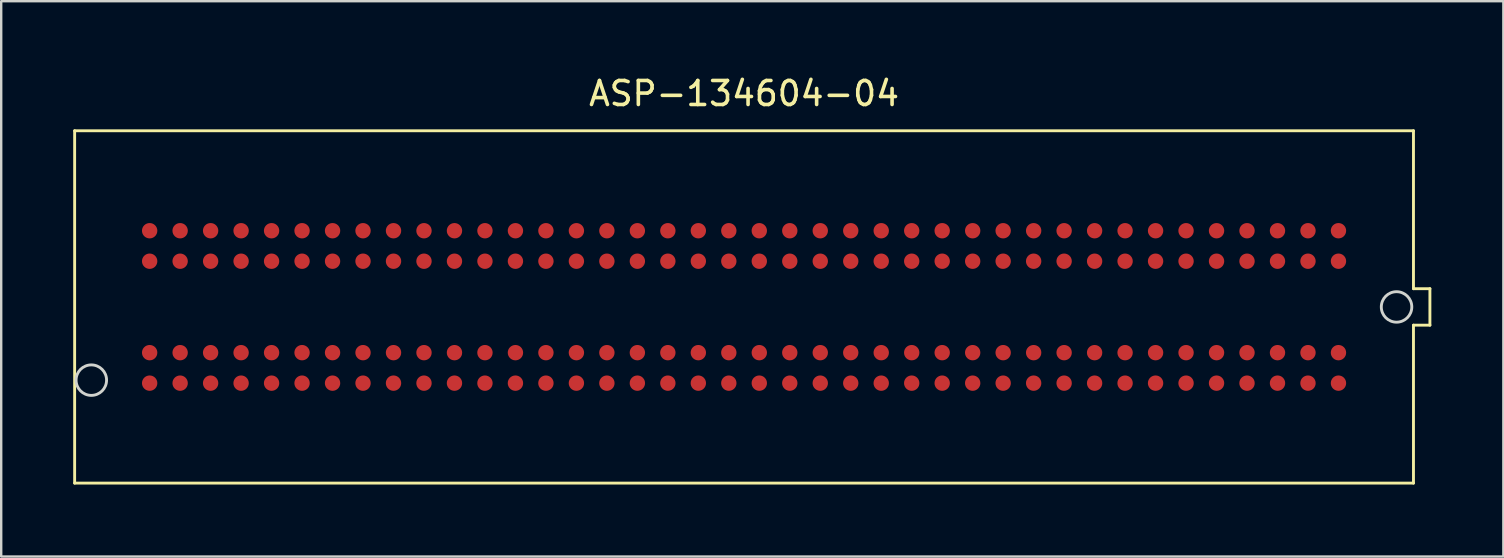
<source format=kicad_pcb>
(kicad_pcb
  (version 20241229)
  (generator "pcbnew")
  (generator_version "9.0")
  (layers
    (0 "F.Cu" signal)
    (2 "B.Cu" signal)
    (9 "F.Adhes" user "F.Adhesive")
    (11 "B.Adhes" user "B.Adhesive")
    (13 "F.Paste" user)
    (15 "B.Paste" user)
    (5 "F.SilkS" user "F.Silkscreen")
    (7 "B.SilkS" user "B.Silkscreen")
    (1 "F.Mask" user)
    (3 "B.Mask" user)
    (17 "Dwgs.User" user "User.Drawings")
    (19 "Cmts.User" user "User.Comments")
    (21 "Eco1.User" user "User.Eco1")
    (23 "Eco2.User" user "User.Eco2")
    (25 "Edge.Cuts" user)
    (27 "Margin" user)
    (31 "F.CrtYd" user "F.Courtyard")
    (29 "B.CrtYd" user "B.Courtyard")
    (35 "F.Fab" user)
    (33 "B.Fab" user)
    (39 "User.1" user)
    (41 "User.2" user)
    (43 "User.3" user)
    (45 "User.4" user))
  (footprint "ASP-134604-04"
    (layer "F.Cu")
    (at 27.95 9.738)
    (property "Reference" "ASP-134604-04" (at 0 -8.89 0) (layer "F.SilkS") (effects (font (size 1 1) (thickness 0.15))))
    (attr through_hole)
    (fp_line (start -27.89 -7.34) (end -27.89 7.34) (stroke (width 0.12) (type solid)) (layer "F.SilkS"))
    (fp_line (start -27.89 7.34) (end 27.89 7.34) (stroke (width 0.12) (type solid)) (layer "F.SilkS"))
    (fp_line (start 27.89 -7.34) (end -27.89 -7.34) (stroke (width 0.12) (type solid)) (layer "F.SilkS"))
    (fp_line (start 27.89 -0.76) (end 27.89 -7.34) (stroke (width 0.12) (type solid)) (layer "F.SilkS"))
    (fp_line (start 27.89 0.76) (end 28.575 0.76) (stroke (width 0.12) (type solid)) (layer "F.SilkS"))
    (fp_line (start 27.89 7.34) (end 27.89 0.76) (stroke (width 0.12) (type solid)) (layer "F.SilkS"))
    (fp_line (start 28.575 -0.76) (end 27.89 -0.76) (stroke (width 0.12) (type solid)) (layer "F.SilkS"))
    (fp_line (start 28.575 0.76) (end 28.575 -0.76) (stroke (width 0.12) (type solid)) (layer "F.SilkS"))
    (fp_circle (center -27.195 3.05) (end -26.56 3.05) (stroke (width 0.12) (type solid)) (fill no) (layer "Edge.Cuts"))
    (fp_circle (center 27.185 0) (end 27.82 0) (stroke (width 0.12) (type solid)) (fill no) (layer "Edge.Cuts"))
    (pad "C1" smd circle (at 24.765 -3.175) (size 0.64 0.64) (layers "F.Cu" "F.Mask" "F.Paste"))
    (pad "C2" smd circle (at 23.495 -3.175) (size 0.64 0.64) (layers "F.Cu" "F.Mask" "F.Paste"))
    (pad "C3" smd circle (at 22.225 -3.175) (size 0.64 0.64) (layers "F.Cu" "F.Mask" "F.Paste"))
    (pad "C4" smd circle (at 20.955 -3.175) (size 0.64 0.64) (layers "F.Cu" "F.Mask" "F.Paste"))
    (pad "C5" smd circle (at 19.685 -3.175) (size 0.64 0.64) (layers "F.Cu" "F.Mask" "F.Paste"))
    (pad "C6" smd circle (at 18.415 -3.175) (size 0.64 0.64) (layers "F.Cu" "F.Mask" "F.Paste"))
    (pad "C7" smd circle (at 17.145 -3.175) (size 0.64 0.64) (layers "F.Cu" "F.Mask" "F.Paste"))
    (pad "C8" smd circle (at 15.875 -3.175) (size 0.64 0.64) (layers "F.Cu" "F.Mask" "F.Paste"))
    (pad "C9" smd circle (at 14.605 -3.175) (size 0.64 0.64) (layers "F.Cu" "F.Mask" "F.Paste"))
    (pad "C10" smd circle (at 13.335 -3.175) (size 0.64 0.64) (layers "F.Cu" "F.Mask" "F.Paste"))
    (pad "C11" smd circle (at 12.065 -3.175) (size 0.64 0.64) (layers "F.Cu" "F.Mask" "F.Paste"))
    (pad "C12" smd circle (at 10.795 -3.175) (size 0.64 0.64) (layers "F.Cu" "F.Mask" "F.Paste"))
    (pad "C13" smd circle (at 9.525 -3.175) (size 0.64 0.64) (layers "F.Cu" "F.Mask" "F.Paste"))
    (pad "C14" smd circle (at 8.255 -3.175) (size 0.64 0.64) (layers "F.Cu" "F.Mask" "F.Paste"))
    (pad "C15" smd circle (at 6.985 -3.175) (size 0.64 0.64) (layers "F.Cu" "F.Mask" "F.Paste"))
    (pad "C16" smd circle (at 5.715 -3.175) (size 0.64 0.64) (layers "F.Cu" "F.Mask" "F.Paste"))
    (pad "C17" smd circle (at 4.445 -3.175) (size 0.64 0.64) (layers "F.Cu" "F.Mask" "F.Paste"))
    (pad "C18" smd circle (at 3.175 -3.175) (size 0.64 0.64) (layers "F.Cu" "F.Mask" "F.Paste"))
    (pad "C19" smd circle (at 1.905 -3.175) (size 0.64 0.64) (layers "F.Cu" "F.Mask" "F.Paste"))
    (pad "C20" smd circle (at 0.635 -3.175) (size 0.64 0.64) (layers "F.Cu" "F.Mask" "F.Paste"))
    (pad "C21" smd circle (at -0.635 -3.175) (size 0.64 0.64) (layers "F.Cu" "F.Mask" "F.Paste"))
    (pad "C22" smd circle (at -1.905 -3.175) (size 0.64 0.64) (layers "F.Cu" "F.Mask" "F.Paste"))
    (pad "C23" smd circle (at -3.175 -3.175) (size 0.64 0.64) (layers "F.Cu" "F.Mask" "F.Paste"))
    (pad "C24" smd circle (at -4.445 -3.175) (size 0.64 0.64) (layers "F.Cu" "F.Mask" "F.Paste"))
    (pad "C25" smd circle (at -5.715 -3.175) (size 0.64 0.64) (layers "F.Cu" "F.Mask" "F.Paste"))
    (pad "C26" smd circle (at -6.985 -3.175) (size 0.64 0.64) (layers "F.Cu" "F.Mask" "F.Paste"))
    (pad "C27" smd circle (at -8.255 -3.175) (size 0.64 0.64) (layers "F.Cu" "F.Mask" "F.Paste"))
    (pad "C28" smd circle (at -9.525 -3.175) (size 0.64 0.64) (layers "F.Cu" "F.Mask" "F.Paste"))
    (pad "C29" smd circle (at -10.795 -3.175) (size 0.64 0.64) (layers "F.Cu" "F.Mask" "F.Paste"))
    (pad "C30" smd circle (at -12.065 -3.175) (size 0.64 0.64) (layers "F.Cu" "F.Mask" "F.Paste"))
    (pad "C31" smd circle (at -13.335 -3.175) (size 0.64 0.64) (layers "F.Cu" "F.Mask" "F.Paste"))
    (pad "C32" smd circle (at -14.605 -3.175) (size 0.64 0.64) (layers "F.Cu" "F.Mask" "F.Paste"))
    (pad "C33" smd circle (at -15.875 -3.175) (size 0.64 0.64) (layers "F.Cu" "F.Mask" "F.Paste"))
    (pad "C34" smd circle (at -17.145 -3.175) (size 0.64 0.64) (layers "F.Cu" "F.Mask" "F.Paste"))
    (pad "C35" smd circle (at -18.415 -3.175) (size 0.64 0.64) (layers "F.Cu" "F.Mask" "F.Paste"))
    (pad "C36" smd circle (at -19.685 -3.175) (size 0.64 0.64) (layers "F.Cu" "F.Mask" "F.Paste"))
    (pad "C37" smd circle (at -20.955 -3.175) (size 0.64 0.64) (layers "F.Cu" "F.Mask" "F.Paste"))
    (pad "C38" smd circle (at -22.225 -3.175) (size 0.64 0.64) (layers "F.Cu" "F.Mask" "F.Paste"))
    (pad "C39" smd circle (at -23.495 -3.175) (size 0.64 0.64) (layers "F.Cu" "F.Mask" "F.Paste"))
    (pad "C40" smd circle (at -24.765 -3.175) (size 0.64 0.64) (layers "F.Cu" "F.Mask" "F.Paste"))
    (pad "D1" smd circle (at 24.765 -1.905) (size 0.64 0.64) (layers "F.Cu" "F.Mask" "F.Paste"))
    (pad "D2" smd circle (at 23.495 -1.905) (size 0.64 0.64) (layers "F.Cu" "F.Mask" "F.Paste"))
    (pad "D3" smd circle (at 22.225 -1.905) (size 0.64 0.64) (layers "F.Cu" "F.Mask" "F.Paste"))
    (pad "D4" smd circle (at 20.955 -1.905) (size 0.64 0.64) (layers "F.Cu" "F.Mask" "F.Paste"))
    (pad "D5" smd circle (at 19.685 -1.905) (size 0.64 0.64) (layers "F.Cu" "F.Mask" "F.Paste"))
    (pad "D6" smd circle (at 18.415 -1.905) (size 0.64 0.64) (layers "F.Cu" "F.Mask" "F.Paste"))
    (pad "D7" smd circle (at 17.145 -1.905) (size 0.64 0.64) (layers "F.Cu" "F.Mask" "F.Paste"))
    (pad "D8" smd circle (at 15.875 -1.905) (size 0.64 0.64) (layers "F.Cu" "F.Mask" "F.Paste"))
    (pad "D9" smd circle (at 14.605 -1.905) (size 0.64 0.64) (layers "F.Cu" "F.Mask" "F.Paste"))
    (pad "D10" smd circle (at 13.335 -1.905) (size 0.64 0.64) (layers "F.Cu" "F.Mask" "F.Paste"))
    (pad "D11" smd circle (at 12.065 -1.905) (size 0.64 0.64) (layers "F.Cu" "F.Mask" "F.Paste"))
    (pad "D12" smd circle (at 10.795 -1.905) (size 0.64 0.64) (layers "F.Cu" "F.Mask" "F.Paste"))
    (pad "D13" smd circle (at 9.525 -1.905) (size 0.64 0.64) (layers "F.Cu" "F.Mask" "F.Paste"))
    (pad "D14" smd circle (at 8.255 -1.905) (size 0.64 0.64) (layers "F.Cu" "F.Mask" "F.Paste"))
    (pad "D15" smd circle (at 6.985 -1.905) (size 0.64 0.64) (layers "F.Cu" "F.Mask" "F.Paste"))
    (pad "D16" smd circle (at 5.715 -1.905) (size 0.64 0.64) (layers "F.Cu" "F.Mask" "F.Paste"))
    (pad "D17" smd circle (at 4.445 -1.905) (size 0.64 0.64) (layers "F.Cu" "F.Mask" "F.Paste"))
    (pad "D18" smd circle (at 3.175 -1.905) (size 0.64 0.64) (layers "F.Cu" "F.Mask" "F.Paste"))
    (pad "D19" smd circle (at 1.905 -1.905) (size 0.64 0.64) (layers "F.Cu" "F.Mask" "F.Paste"))
    (pad "D20" smd circle (at 0.635 -1.905) (size 0.64 0.64) (layers "F.Cu" "F.Mask" "F.Paste"))
    (pad "D21" smd circle (at -0.635 -1.905) (size 0.64 0.64) (layers "F.Cu" "F.Mask" "F.Paste"))
    (pad "D22" smd circle (at -1.905 -1.905) (size 0.64 0.64) (layers "F.Cu" "F.Mask" "F.Paste"))
    (pad "D23" smd circle (at -3.175 -1.905) (size 0.64 0.64) (layers "F.Cu" "F.Mask" "F.Paste"))
    (pad "D24" smd circle (at -4.445 -1.905) (size 0.64 0.64) (layers "F.Cu" "F.Mask" "F.Paste"))
    (pad "D25" smd circle (at -5.715 -1.905) (size 0.64 0.64) (layers "F.Cu" "F.Mask" "F.Paste"))
    (pad "D26" smd circle (at -6.985 -1.905) (size 0.64 0.64) (layers "F.Cu" "F.Mask" "F.Paste"))
    (pad "D27" smd circle (at -8.255 -1.905) (size 0.64 0.64) (layers "F.Cu" "F.Mask" "F.Paste"))
    (pad "D28" smd circle (at -9.525 -1.905) (size 0.64 0.64) (layers "F.Cu" "F.Mask" "F.Paste"))
    (pad "D29" smd circle (at -10.795 -1.905) (size 0.64 0.64) (layers "F.Cu" "F.Mask" "F.Paste"))
    (pad "D30" smd circle (at -12.065 -1.905) (size 0.64 0.64) (layers "F.Cu" "F.Mask" "F.Paste"))
    (pad "D31" smd circle (at -13.335 -1.905) (size 0.64 0.64) (layers "F.Cu" "F.Mask" "F.Paste"))
    (pad "D32" smd circle (at -14.605 -1.905) (size 0.64 0.64) (layers "F.Cu" "F.Mask" "F.Paste"))
    (pad "D33" smd circle (at -15.875 -1.905) (size 0.64 0.64) (layers "F.Cu" "F.Mask" "F.Paste"))
    (pad "D34" smd circle (at -17.145 -1.905) (size 0.64 0.64) (layers "F.Cu" "F.Mask" "F.Paste"))
    (pad "D35" smd circle (at -18.415 -1.905) (size 0.64 0.64) (layers "F.Cu" "F.Mask" "F.Paste"))
    (pad "D36" smd circle (at -19.685 -1.905) (size 0.64 0.64) (layers "F.Cu" "F.Mask" "F.Paste"))
    (pad "D37" smd circle (at -20.955 -1.905) (size 0.64 0.64) (layers "F.Cu" "F.Mask" "F.Paste"))
    (pad "D38" smd circle (at -22.225 -1.905) (size 0.64 0.64) (layers "F.Cu" "F.Mask" "F.Paste"))
    (pad "D39" smd circle (at -23.495 -1.905) (size 0.64 0.64) (layers "F.Cu" "F.Mask" "F.Paste"))
    (pad "D40" smd circle (at -24.765 -1.905) (size 0.64 0.64) (layers "F.Cu" "F.Mask" "F.Paste"))
    (pad "G1" smd circle (at 24.765 1.905) (size 0.64 0.64) (layers "F.Cu" "F.Mask" "F.Paste"))
    (pad "G2" smd circle (at 23.495 1.905) (size 0.64 0.64) (layers "F.Cu" "F.Mask" "F.Paste"))
    (pad "G3" smd circle (at 22.225 1.905) (size 0.64 0.64) (layers "F.Cu" "F.Mask" "F.Paste"))
    (pad "G4" smd circle (at 20.955 1.905) (size 0.64 0.64) (layers "F.Cu" "F.Mask" "F.Paste"))
    (pad "G5" smd circle (at 19.685 1.905) (size 0.64 0.64) (layers "F.Cu" "F.Mask" "F.Paste"))
    (pad "G6" smd circle (at 18.415 1.905) (size 0.64 0.64) (layers "F.Cu" "F.Mask" "F.Paste"))
    (pad "G7" smd circle (at 17.145 1.905) (size 0.64 0.64) (layers "F.Cu" "F.Mask" "F.Paste"))
    (pad "G8" smd circle (at 15.875 1.905) (size 0.64 0.64) (layers "F.Cu" "F.Mask" "F.Paste"))
    (pad "G9" smd circle (at 14.605 1.905) (size 0.64 0.64) (layers "F.Cu" "F.Mask" "F.Paste"))
    (pad "G10" smd circle (at 13.335 1.905) (size 0.64 0.64) (layers "F.Cu" "F.Mask" "F.Paste"))
    (pad "G11" smd circle (at 12.065 1.905) (size 0.64 0.64) (layers "F.Cu" "F.Mask" "F.Paste"))
    (pad "G12" smd circle (at 10.795 1.905) (size 0.64 0.64) (layers "F.Cu" "F.Mask" "F.Paste"))
    (pad "G13" smd circle (at 9.525 1.905) (size 0.64 0.64) (layers "F.Cu" "F.Mask" "F.Paste"))
    (pad "G14" smd circle (at 8.255 1.905) (size 0.64 0.64) (layers "F.Cu" "F.Mask" "F.Paste"))
    (pad "G15" smd circle (at 6.985 1.905) (size 0.64 0.64) (layers "F.Cu" "F.Mask" "F.Paste"))
    (pad "G16" smd circle (at 5.715 1.905) (size 0.64 0.64) (layers "F.Cu" "F.Mask" "F.Paste"))
    (pad "G17" smd circle (at 4.445 1.905) (size 0.64 0.64) (layers "F.Cu" "F.Mask" "F.Paste"))
    (pad "G18" smd circle (at 3.175 1.905) (size 0.64 0.64) (layers "F.Cu" "F.Mask" "F.Paste"))
    (pad "G19" smd circle (at 1.905 1.905) (size 0.64 0.64) (layers "F.Cu" "F.Mask" "F.Paste"))
    (pad "G20" smd circle (at 0.635 1.905) (size 0.64 0.64) (layers "F.Cu" "F.Mask" "F.Paste"))
    (pad "G21" smd circle (at -0.635 1.905) (size 0.64 0.64) (layers "F.Cu" "F.Mask" "F.Paste"))
    (pad "G22" smd circle (at -1.905 1.905) (size 0.64 0.64) (layers "F.Cu" "F.Mask" "F.Paste"))
    (pad "G23" smd circle (at -3.175 1.905) (size 0.64 0.64) (layers "F.Cu" "F.Mask" "F.Paste"))
    (pad "G24" smd circle (at -4.445 1.905) (size 0.64 0.64) (layers "F.Cu" "F.Mask" "F.Paste"))
    (pad "G25" smd circle (at -5.715 1.905) (size 0.64 0.64) (layers "F.Cu" "F.Mask" "F.Paste"))
    (pad "G26" smd circle (at -6.985 1.905) (size 0.64 0.64) (layers "F.Cu" "F.Mask" "F.Paste"))
    (pad "G27" smd circle (at -8.255 1.905) (size 0.64 0.64) (layers "F.Cu" "F.Mask" "F.Paste"))
    (pad "G28" smd circle (at -9.525 1.905) (size 0.64 0.64) (layers "F.Cu" "F.Mask" "F.Paste"))
    (pad "G29" smd circle (at -10.795 1.905) (size 0.64 0.64) (layers "F.Cu" "F.Mask" "F.Paste"))
    (pad "G30" smd circle (at -12.065 1.905) (size 0.64 0.64) (layers "F.Cu" "F.Mask" "F.Paste"))
    (pad "G31" smd circle (at -13.335 1.905) (size 0.64 0.64) (layers "F.Cu" "F.Mask" "F.Paste"))
    (pad "G32" smd circle (at -14.605 1.905) (size 0.64 0.64) (layers "F.Cu" "F.Mask" "F.Paste"))
    (pad "G33" smd circle (at -15.875 1.905) (size 0.64 0.64) (layers "F.Cu" "F.Mask" "F.Paste"))
    (pad "G34" smd circle (at -17.145 1.905) (size 0.64 0.64) (layers "F.Cu" "F.Mask" "F.Paste"))
    (pad "G35" smd circle (at -18.415 1.905) (size 0.64 0.64) (layers "F.Cu" "F.Mask" "F.Paste"))
    (pad "G36" smd circle (at -19.685 1.905) (size 0.64 0.64) (layers "F.Cu" "F.Mask" "F.Paste"))
    (pad "G37" smd circle (at -20.955 1.905) (size 0.64 0.64) (layers "F.Cu" "F.Mask" "F.Paste"))
    (pad "G38" smd circle (at -22.225 1.905) (size 0.64 0.64) (layers "F.Cu" "F.Mask" "F.Paste"))
    (pad "G39" smd circle (at -23.495 1.905) (size 0.64 0.64) (layers "F.Cu" "F.Mask" "F.Paste"))
    (pad "G40" smd circle (at -24.765 1.905) (size 0.64 0.64) (layers "F.Cu" "F.Mask" "F.Paste"))
    (pad "H1" smd circle (at 24.765 3.175) (size 0.64 0.64) (layers "F.Cu" "F.Mask" "F.Paste"))
    (pad "H2" smd circle (at 23.495 3.175) (size 0.64 0.64) (layers "F.Cu" "F.Mask" "F.Paste"))
    (pad "H3" smd circle (at 22.225 3.175) (size 0.64 0.64) (layers "F.Cu" "F.Mask" "F.Paste"))
    (pad "H4" smd circle (at 20.955 3.175) (size 0.64 0.64) (layers "F.Cu" "F.Mask" "F.Paste"))
    (pad "H5" smd circle (at 19.685 3.175) (size 0.64 0.64) (layers "F.Cu" "F.Mask" "F.Paste"))
    (pad "H6" smd circle (at 18.415 3.175) (size 0.64 0.64) (layers "F.Cu" "F.Mask" "F.Paste"))
    (pad "H7" smd circle (at 17.145 3.175) (size 0.64 0.64) (layers "F.Cu" "F.Mask" "F.Paste"))
    (pad "H8" smd circle (at 15.875 3.175) (size 0.64 0.64) (layers "F.Cu" "F.Mask" "F.Paste"))
    (pad "H9" smd circle (at 14.605 3.175) (size 0.64 0.64) (layers "F.Cu" "F.Mask" "F.Paste"))
    (pad "H10" smd circle (at 13.335 3.175) (size 0.64 0.64) (layers "F.Cu" "F.Mask" "F.Paste"))
    (pad "H11" smd circle (at 12.065 3.175) (size 0.64 0.64) (layers "F.Cu" "F.Mask" "F.Paste"))
    (pad "H12" smd circle (at 10.795 3.175) (size 0.64 0.64) (layers "F.Cu" "F.Mask" "F.Paste"))
    (pad "H13" smd circle (at 9.525 3.175) (size 0.64 0.64) (layers "F.Cu" "F.Mask" "F.Paste"))
    (pad "H14" smd circle (at 8.255 3.175) (size 0.64 0.64) (layers "F.Cu" "F.Mask" "F.Paste"))
    (pad "H15" smd circle (at 6.985 3.175) (size 0.64 0.64) (layers "F.Cu" "F.Mask" "F.Paste"))
    (pad "H16" smd circle (at 5.715 3.175) (size 0.64 0.64) (layers "F.Cu" "F.Mask" "F.Paste"))
    (pad "H17" smd circle (at 4.445 3.175) (size 0.64 0.64) (layers "F.Cu" "F.Mask" "F.Paste"))
    (pad "H18" smd circle (at 3.175 3.175) (size 0.64 0.64) (layers "F.Cu" "F.Mask" "F.Paste"))
    (pad "H19" smd circle (at 1.905 3.175) (size 0.64 0.64) (layers "F.Cu" "F.Mask" "F.Paste"))
    (pad "H20" smd circle (at 0.635 3.175) (size 0.64 0.64) (layers "F.Cu" "F.Mask" "F.Paste"))
    (pad "H21" smd circle (at -0.635 3.175) (size 0.64 0.64) (layers "F.Cu" "F.Mask" "F.Paste"))
    (pad "H22" smd circle (at -1.905 3.175) (size 0.64 0.64) (layers "F.Cu" "F.Mask" "F.Paste"))
    (pad "H23" smd circle (at -3.175 3.175) (size 0.64 0.64) (layers "F.Cu" "F.Mask" "F.Paste"))
    (pad "H24" smd circle (at -4.445 3.175) (size 0.64 0.64) (layers "F.Cu" "F.Mask" "F.Paste"))
    (pad "H25" smd circle (at -5.715 3.175) (size 0.64 0.64) (layers "F.Cu" "F.Mask" "F.Paste"))
    (pad "H26" smd circle (at -6.985 3.175) (size 0.64 0.64) (layers "F.Cu" "F.Mask" "F.Paste"))
    (pad "H27" smd circle (at -8.255 3.175) (size 0.64 0.64) (layers "F.Cu" "F.Mask" "F.Paste"))
    (pad "H28" smd circle (at -9.525 3.175) (size 0.64 0.64) (layers "F.Cu" "F.Mask" "F.Paste"))
    (pad "H29" smd circle (at -10.795 3.175) (size 0.64 0.64) (layers "F.Cu" "F.Mask" "F.Paste"))
    (pad "H30" smd circle (at -12.065 3.175) (size 0.64 0.64) (layers "F.Cu" "F.Mask" "F.Paste"))
    (pad "H31" smd circle (at -13.335 3.175) (size 0.64 0.64) (layers "F.Cu" "F.Mask" "F.Paste"))
    (pad "H32" smd circle (at -14.605 3.175) (size 0.64 0.64) (layers "F.Cu" "F.Mask" "F.Paste"))
    (pad "H33" smd circle (at -15.875 3.175) (size 0.64 0.64) (layers "F.Cu" "F.Mask" "F.Paste"))
    (pad "H34" smd circle (at -17.145 3.175) (size 0.64 0.64) (layers "F.Cu" "F.Mask" "F.Paste"))
    (pad "H35" smd circle (at -18.415 3.175) (size 0.64 0.64) (layers "F.Cu" "F.Mask" "F.Paste"))
    (pad "H36" smd circle (at -19.685 3.175) (size 0.64 0.64) (layers "F.Cu" "F.Mask" "F.Paste"))
    (pad "H37" smd circle (at -20.955 3.175) (size 0.64 0.64) (layers "F.Cu" "F.Mask" "F.Paste"))
    (pad "H38" smd circle (at -22.225 3.175) (size 0.64 0.64) (layers "F.Cu" "F.Mask" "F.Paste"))
    (pad "H39" smd circle (at -23.495 3.175) (size 0.64 0.64) (layers "F.Cu" "F.Mask" "F.Paste"))
    (pad "H40" smd circle (at -24.765 3.175) (size 0.64 0.64) (layers "F.Cu" "F.Mask" "F.Paste")))
  (gr_rect
    (start -3 -3)
    (end 59.585 20.138)
    (stroke (width 0.1) (type default))
    (fill no)
    (layer "Edge.Cuts")))
</source>
